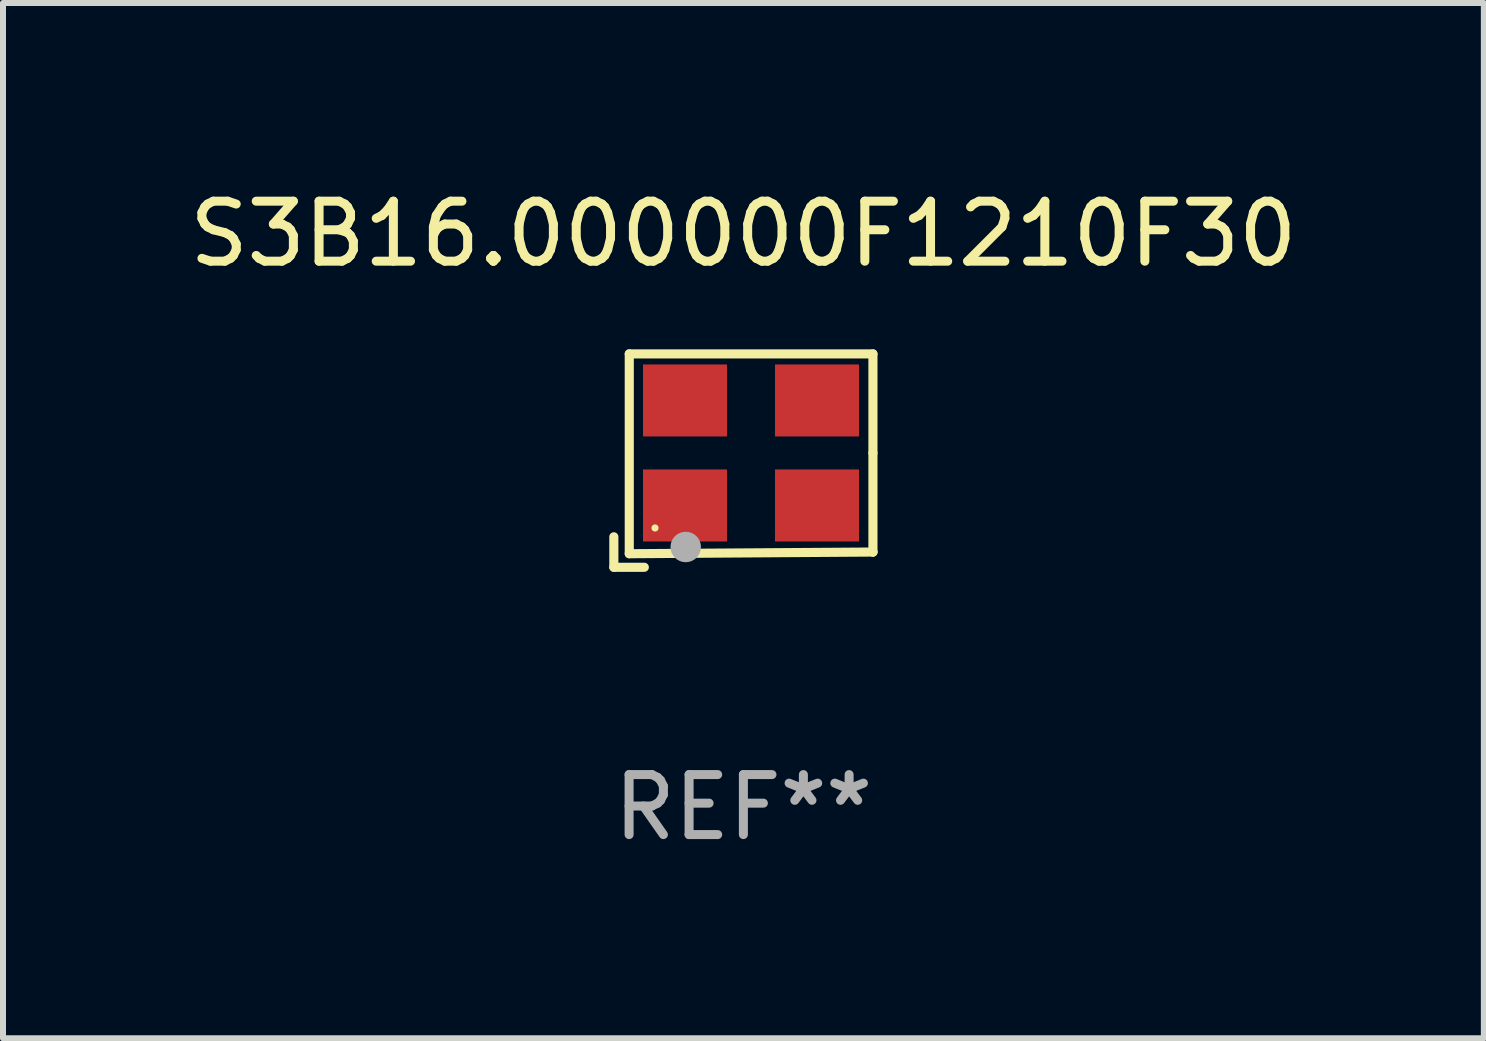
<source format=kicad_pcb>
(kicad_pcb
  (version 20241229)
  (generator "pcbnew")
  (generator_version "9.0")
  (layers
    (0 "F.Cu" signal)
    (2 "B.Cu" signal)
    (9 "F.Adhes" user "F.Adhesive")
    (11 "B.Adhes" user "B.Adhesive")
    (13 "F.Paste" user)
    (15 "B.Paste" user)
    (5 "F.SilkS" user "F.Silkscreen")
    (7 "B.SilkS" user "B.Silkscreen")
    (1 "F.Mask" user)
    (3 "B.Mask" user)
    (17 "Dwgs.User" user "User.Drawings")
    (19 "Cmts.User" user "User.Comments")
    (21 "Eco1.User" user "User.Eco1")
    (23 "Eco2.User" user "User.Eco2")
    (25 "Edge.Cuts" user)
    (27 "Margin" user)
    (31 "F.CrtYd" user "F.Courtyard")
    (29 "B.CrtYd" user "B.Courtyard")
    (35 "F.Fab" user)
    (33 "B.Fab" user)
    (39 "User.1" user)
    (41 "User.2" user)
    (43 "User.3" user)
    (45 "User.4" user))
  (footprint "S3B16.000000F1210F30"
    (layer "F.Cu")
    (at 9.339 4.626)
    (property "Reference" "S3B16.000000F1210F30" (at 0 -3.778 0) (layer "F.SilkS") (effects (font (size 1 1) (thickness 0.15))))
    (attr through_hole)
    (fp_line (start -2.159 1.27) (end -2.159 1.778) (stroke (width 0.152) (type solid)) (layer "F.SilkS"))
    (fp_line (start -2.159 1.778) (end -1.651 1.778) (stroke (width 0.152) (type solid)) (layer "F.SilkS"))
    (fp_line (start -1.902 -1.778) (end 2.159 -1.778) (stroke (width 0.152) (type solid)) (layer "F.SilkS"))
    (fp_line (start -1.902 1.552) (end -1.902 -1.778) (stroke (width 0.152) (type solid)) (layer "F.SilkS"))
    (fp_line (start 2.159 -1.778) (end 2.159 -0.127) (stroke (width 0.152) (type solid)) (layer "F.SilkS"))
    (fp_line (start 2.159 -0.127) (end 2.159 1.524) (stroke (width 0.152) (type solid)) (layer "F.SilkS"))
    (fp_line (start 2.159 1.524) (end -1.902 1.552) (stroke (width 0.152) (type solid)) (layer "F.SilkS"))
    (fp_line (start 2.159 1.524) (end 2.159 1.524) (stroke (width 0.152) (type solid)) (layer "F.SilkS"))
    (fp_circle (center -1.473 1.123) (end -1.443 1.123) (stroke (width 0.06) (type solid)) (fill no) (layer "F.SilkS"))
    (fp_circle (center -0.961 1.44) (end -0.834 1.44) (stroke (width 0.254) (type solid)) (fill no) (layer "F.Fab"))
    (fp_text user "REF**" (at 0 5.778 0) (layer "F.Fab") (effects (font (size 1 1) (thickness 0.15))))
    (pad "1" smd rect (at -0.973 0.748) (size 1.4 1.2) (layers "F.Cu" "F.Mask" "F.Paste"))
    (pad "2" smd rect (at 1.227 0.748) (size 1.4 1.2) (layers "F.Cu" "F.Mask" "F.Paste"))
    (pad "3" smd rect (at 1.227 -1.002) (size 1.4 1.2) (layers "F.Cu" "F.Mask" "F.Paste"))
    (pad "4" smd rect (at -0.973 -1.002) (size 1.4 1.2) (layers "F.Cu" "F.Mask" "F.Paste")))
  (gr_rect
    (start -3 -3)
    (end 21.679 14.253)
    (stroke (width 0.1) (type default))
    (fill no)
    (layer "Edge.Cuts")))
</source>
